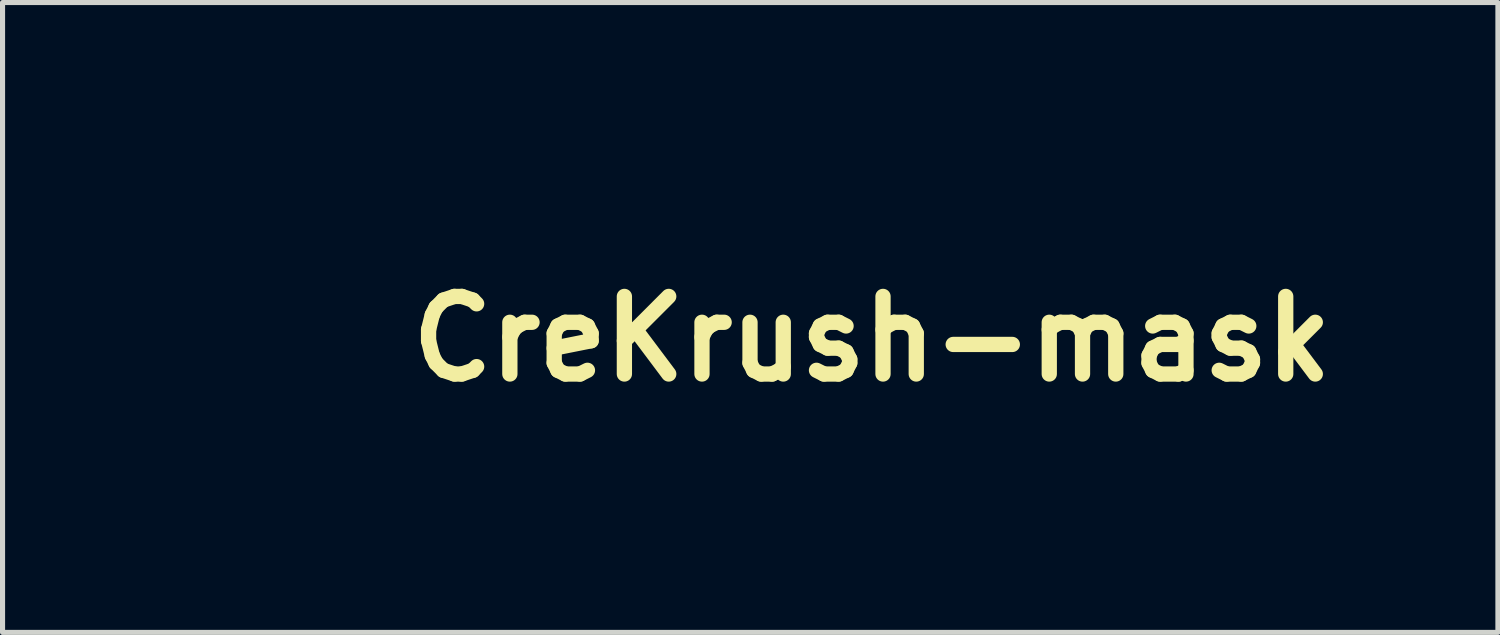
<source format=kicad_pcb>
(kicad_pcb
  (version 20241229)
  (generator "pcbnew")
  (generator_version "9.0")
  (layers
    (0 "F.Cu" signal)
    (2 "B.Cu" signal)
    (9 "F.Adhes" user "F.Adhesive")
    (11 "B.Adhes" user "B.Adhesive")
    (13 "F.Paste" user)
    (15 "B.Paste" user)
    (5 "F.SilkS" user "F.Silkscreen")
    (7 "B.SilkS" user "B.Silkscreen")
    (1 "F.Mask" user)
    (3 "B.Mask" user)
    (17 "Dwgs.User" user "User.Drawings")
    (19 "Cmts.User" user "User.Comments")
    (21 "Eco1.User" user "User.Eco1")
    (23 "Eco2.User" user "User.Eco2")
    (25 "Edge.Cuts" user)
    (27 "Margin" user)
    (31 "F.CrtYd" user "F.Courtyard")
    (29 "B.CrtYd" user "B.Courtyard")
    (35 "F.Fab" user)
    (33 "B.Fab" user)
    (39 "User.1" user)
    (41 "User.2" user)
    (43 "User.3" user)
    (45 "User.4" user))
  (footprint "CreKrush-mask"
    (layer "F.Cu")
    (at 14.077 3.607)
    (property "Reference" "CreKrush-mask" (at 0 0 180) (layer "F.SilkS") (effects (font (size 1.524 1.524) (thickness 0.3))))
    (attr through_hole)
    (fp_poly (pts (xy -13.564 2.718) (xy -14.072 2.718) (xy -14.072 1.499) (xy -13.564 1.499) (xy -13.564 2.718)) (stroke (width 0.01) (type solid)) (fill yes) (layer "F.Mask"))
    (fp_poly (pts (xy -4.928 -2.362) (xy -5.436 -2.362) (xy -5.436 -3.581) (xy -4.928 -3.581) (xy -4.928 -2.362)) (stroke (width 0.01) (type solid)) (fill yes) (layer "F.Mask"))
    (fp_poly (pts (xy 3.81 0.686) (xy -13.919 0.686) (xy -13.919 0.483) (xy 3.81 0.483) (xy 3.81 0.686)) (stroke (width 0.01) (type solid)) (fill yes) (layer "F.Mask"))
    (fp_poly (pts (xy -3.105 -3.576) (xy -2.832 -3.569) (xy -2.527 -2.985) (xy -2.513 -3.581) (xy -2.083 -3.581) (xy -2.083 -2.36) (xy -2.625 -2.375) (xy -2.934 -2.959) (xy -2.941 -2.661) (xy -2.948 -2.362) (xy -3.378 -2.362) (xy -3.378 -3.583) (xy -3.105 -3.576)) (stroke (width 0.01) (type solid)) (fill yes) (layer "F.Mask"))
    (fp_poly (pts (xy -4.912 1.504) (xy -4.642 1.511) (xy -4.499 1.795) (xy -4.444 1.903) (xy -4.396 1.992) (xy -4.362 2.054) (xy -4.344 2.08) (xy -4.343 2.081) (xy -4.339 2.058) (xy -4.337 1.994) (xy -4.337 1.9) (xy -4.339 1.791) (xy -4.348 1.499) (xy -3.886 1.499) (xy -3.886 2.718) (xy -4.432 2.717) (xy -4.748 2.121) (xy -4.75 2.718) (xy -5.182 2.718) (xy -5.182 1.497) (xy -4.912 1.504)) (stroke (width 0.01) (type solid)) (fill yes) (layer "F.Mask"))
    (fp_poly (pts (xy 2.29 -1.65) (xy 2.453 -1.648) (xy 2.591 -1.645) (xy 2.698 -1.641) (xy 2.768 -1.636) (xy 2.794 -1.63) (xy 2.794 -1.63) (xy 2.785 -1.597) (xy 2.762 -1.532) (xy 2.733 -1.458) (xy 2.672 -1.308) (xy 2.53 -1.3) (xy 2.388 -1.293) (xy 2.388 -0.406) (xy 1.854 -0.406) (xy 1.854 -1.293) (xy 1.71 -1.3) (xy 1.566 -1.308) (xy 1.426 -1.651) (xy 2.11 -1.651) (xy 2.29 -1.65)) (stroke (width 0.01) (type solid)) (fill yes) (layer "F.Mask"))
    (fp_poly (pts (xy -10.848 1.631) (xy -10.879 1.707) (xy -10.903 1.764) (xy -10.912 1.783) (xy -10.941 1.791) (xy -11.01 1.798) (xy -11.109 1.802) (xy -11.216 1.803) (xy -11.506 1.803) (xy -11.506 1.956) (xy -10.947 1.956) (xy -10.947 2.235) (xy -11.506 2.235) (xy -11.506 2.411) (xy -11.212 2.419) (xy -10.917 2.426) (xy -10.858 2.572) (xy -10.799 2.718) (xy -11.938 2.718) (xy -11.938 1.499) (xy -10.796 1.499) (xy -10.848 1.631)) (stroke (width 0.01) (type solid)) (fill yes) (layer "F.Mask"))
    (fp_poly (pts (xy -6.529 1.657) (xy -6.49 1.746) (xy -6.458 1.822) (xy -6.44 1.866) (xy -6.428 1.881) (xy -6.408 1.861) (xy -6.379 1.802) (xy -6.342 1.714) (xy -6.261 1.511) (xy -6.013 1.504) (xy -5.908 1.502) (xy -5.825 1.504) (xy -5.775 1.508) (xy -5.766 1.512) (xy -5.777 1.538) (xy -5.809 1.601) (xy -5.857 1.695) (xy -5.918 1.81) (xy -5.982 1.929) (xy -6.198 2.331) (xy -6.198 2.718) (xy -6.706 2.718) (xy -6.706 2.31) (xy -7.157 1.499) (xy -6.601 1.499) (xy -6.529 1.657)) (stroke (width 0.01) (type solid)) (fill yes) (layer "F.Mask"))
    (fp_poly (pts (xy -1.219 -1.203) (xy -1.22 -1.037) (xy -1.222 -0.912) (xy -1.227 -0.821) (xy -1.235 -0.755) (xy -1.247 -0.704) (xy -1.264 -0.66) (xy -1.27 -0.648) (xy -1.325 -0.56) (xy -1.399 -0.496) (xy -1.499 -0.452) (xy -1.632 -0.425) (xy -1.808 -0.411) (xy -1.809 -0.411) (xy -2.083 -0.4) (xy -2.083 -0.73) (xy -1.954 -0.743) (xy -1.88 -0.752) (xy -1.825 -0.767) (xy -1.786 -0.796) (xy -1.761 -0.846) (xy -1.746 -0.924) (xy -1.738 -1.036) (xy -1.734 -1.191) (xy -1.734 -1.239) (xy -1.727 -1.638) (xy -1.219 -1.653) (xy -1.219 -1.203)) (stroke (width 0.01) (type solid)) (fill yes) (layer "F.Mask"))
    (fp_poly (pts (xy -6.911 -3.449) (xy -6.942 -3.373) (xy -6.966 -3.316) (xy -6.975 -3.297) (xy -7.004 -3.289) (xy -7.073 -3.282) (xy -7.172 -3.278) (xy -7.279 -3.277) (xy -7.569 -3.277) (xy -7.569 -3.124) (xy -7.01 -3.124) (xy -7.01 -2.847) (xy -7.283 -2.839) (xy -7.556 -2.832) (xy -7.564 -2.75) (xy -7.572 -2.667) (xy -7.28 -2.667) (xy -7.164 -2.665) (xy -7.067 -2.661) (xy -7.001 -2.654) (xy -6.975 -2.647) (xy -6.96 -2.613) (xy -6.933 -2.549) (xy -6.911 -2.494) (xy -6.859 -2.362) (xy -8.001 -2.362) (xy -8.001 -3.581) (xy -6.859 -3.581) (xy -6.911 -3.449)) (stroke (width 0.01) (type solid)) (fill yes) (layer "F.Mask"))
    (fp_poly (pts (xy -9.053 -1.646) (xy -8.784 -1.638) (xy -8.64 -1.354) (xy -8.584 -1.246) (xy -8.535 -1.157) (xy -8.498 -1.095) (xy -8.478 -1.069) (xy -8.477 -1.068) (xy -8.47 -1.091) (xy -8.464 -1.155) (xy -8.46 -1.25) (xy -8.458 -1.359) (xy -8.458 -1.651) (xy -8.026 -1.651) (xy -8.026 -0.406) (xy -8.29 -0.406) (xy -8.431 -0.409) (xy -8.525 -0.418) (xy -8.573 -0.433) (xy -8.579 -0.438) (xy -8.6 -0.472) (xy -8.639 -0.542) (xy -8.689 -0.635) (xy -8.741 -0.734) (xy -8.877 -0.998) (xy -8.884 -0.702) (xy -8.892 -0.406) (xy -9.322 -0.406) (xy -9.322 -1.653) (xy -9.053 -1.646)) (stroke (width 0.01) (type solid)) (fill yes) (layer "F.Mask"))
    (fp_poly (pts (xy 3.866 -3.397) (xy 3.768 -3.217) (xy 3.691 -3.074) (xy 3.632 -2.964) (xy 3.59 -2.88) (xy 3.561 -2.815) (xy 3.544 -2.762) (xy 3.534 -2.717) (xy 3.531 -2.671) (xy 3.53 -2.619) (xy 3.531 -2.569) (xy 3.531 -2.362) (xy 3.023 -2.362) (xy 3.023 -2.742) (xy 2.795 -3.155) (xy 2.567 -3.569) (xy 2.836 -3.576) (xy 2.948 -3.578) (xy 3.039 -3.578) (xy 3.099 -3.575) (xy 3.116 -3.572) (xy 3.131 -3.546) (xy 3.16 -3.484) (xy 3.198 -3.399) (xy 3.21 -3.37) (xy 3.294 -3.179) (xy 3.376 -3.38) (xy 3.458 -3.581) (xy 3.966 -3.581) (xy 3.866 -3.397)) (stroke (width 0.01) (type solid)) (fill yes) (layer "F.Mask"))
    (fp_poly (pts (xy -0.33 -1.65) (xy -0.185 -1.648) (xy -0.065 -1.644) (xy 0.023 -1.64) (xy 0.07 -1.635) (xy 0.076 -1.632) (xy 0.068 -1.599) (xy 0.046 -1.536) (xy 0.028 -1.486) (xy -0.02 -1.359) (xy -0.329 -1.352) (xy -0.638 -1.345) (xy -0.63 -1.266) (xy -0.622 -1.187) (xy -0.076 -1.197) (xy -0.076 -0.889) (xy -0.635 -0.889) (xy -0.635 -0.711) (xy -0.032 -0.711) (xy 0.022 -0.581) (xy 0.052 -0.505) (xy 0.072 -0.448) (xy 0.076 -0.428) (xy 0.052 -0.422) (xy -0.016 -0.417) (xy -0.12 -0.412) (xy -0.254 -0.409) (xy -0.41 -0.407) (xy -0.502 -0.406) (xy -1.079 -0.406) (xy -1.072 -1.029) (xy -1.065 -1.651) (xy -0.494 -1.651) (xy -0.33 -1.65)) (stroke (width 0.01) (type solid)) (fill yes) (layer "F.Mask"))
    (fp_poly (pts (xy -13.531 -3.579) (xy -13.388 -3.574) (xy -13.266 -3.566) (xy -13.176 -3.557) (xy -13.152 -3.553) (xy -13.011 -3.5) (xy -12.904 -3.412) (xy -12.835 -3.293) (xy -12.805 -3.147) (xy -12.812 -3.013) (xy -12.852 -2.875) (xy -12.926 -2.768) (xy -13.037 -2.69) (xy -13.188 -2.641) (xy -13.348 -2.619) (xy -13.551 -2.603) (xy -13.566 -2.362) (xy -14.072 -2.362) (xy -14.072 -3.251) (xy -13.564 -3.251) (xy -13.564 -2.946) (xy -13.467 -2.946) (xy -13.396 -2.954) (xy -13.345 -2.973) (xy -13.34 -2.977) (xy -13.315 -3.031) (xy -13.312 -3.107) (xy -13.329 -3.179) (xy -13.35 -3.211) (xy -13.402 -3.239) (xy -13.473 -3.251) (xy -13.477 -3.251) (xy -13.564 -3.251) (xy -14.072 -3.251) (xy -14.072 -3.581) (xy -13.679 -3.581) (xy -13.531 -3.579)) (stroke (width 0.01) (type solid)) (fill yes) (layer "F.Mask"))
    (fp_poly (pts (xy -1.22 -3.581) (xy -1.074 -3.58) (xy -0.954 -3.578) (xy -0.867 -3.575) (xy -0.819 -3.573) (xy -0.813 -3.571) (xy -0.821 -3.544) (xy -0.843 -3.483) (xy -0.867 -3.419) (xy -0.921 -3.278) (xy -1.216 -3.271) (xy -1.511 -3.264) (xy -1.511 -3.2) (xy -1.51 -3.172) (xy -1.499 -3.154) (xy -1.471 -3.142) (xy -1.415 -3.136) (xy -1.324 -3.132) (xy -1.238 -3.13) (xy -0.965 -3.122) (xy -0.965 -2.847) (xy -1.238 -2.839) (xy -1.511 -2.832) (xy -1.511 -2.68) (xy -1.216 -2.673) (xy -0.921 -2.665) (xy -0.867 -2.524) (xy -0.838 -2.447) (xy -0.818 -2.392) (xy -0.813 -2.373) (xy -0.837 -2.37) (xy -0.905 -2.367) (xy -1.009 -2.365) (xy -1.143 -2.363) (xy -1.298 -2.362) (xy -1.384 -2.362) (xy -1.956 -2.362) (xy -1.956 -3.581) (xy -1.384 -3.581) (xy -1.22 -3.581)) (stroke (width 0.01) (type solid)) (fill yes) (layer "F.Mask"))
    (fp_poly (pts (xy 1.127 -1.308) (xy 0.932 -1.295) (xy 0.81 -1.282) (xy 0.728 -1.258) (xy 0.679 -1.215) (xy 0.652 -1.146) (xy 0.641 -1.069) (xy 0.639 -0.945) (xy 0.664 -0.854) (xy 0.72 -0.792) (xy 0.813 -0.755) (xy 0.947 -0.739) (xy 1.032 -0.737) (xy 1.219 -0.737) (xy 1.219 -0.406) (xy 0.895 -0.408) (xy 0.713 -0.412) (xy 0.574 -0.423) (xy 0.48 -0.441) (xy 0.471 -0.444) (xy 0.34 -0.506) (xy 0.243 -0.592) (xy 0.178 -0.688) (xy 0.145 -0.754) (xy 0.126 -0.819) (xy 0.117 -0.902) (xy 0.114 -1.016) (xy 0.117 -1.138) (xy 0.129 -1.227) (xy 0.151 -1.303) (xy 0.175 -1.354) (xy 0.235 -1.453) (xy 0.312 -1.528) (xy 0.411 -1.583) (xy 0.539 -1.62) (xy 0.703 -1.642) (xy 0.909 -1.65) (xy 0.957 -1.65) (xy 1.267 -1.651) (xy 1.127 -1.308)) (stroke (width 0.01) (type solid)) (fill yes) (layer "F.Mask"))
    (fp_poly (pts (xy -12.798 1.505) (xy -12.593 1.525) (xy -12.43 1.562) (xy -12.304 1.618) (xy -12.213 1.695) (xy -12.152 1.796) (xy -12.117 1.924) (xy -12.104 2.081) (xy -12.104 2.108) (xy -12.117 2.288) (xy -12.159 2.43) (xy -12.234 2.54) (xy -12.347 2.625) (xy -12.473 2.68) (xy -12.536 2.696) (xy -12.626 2.707) (xy -12.749 2.714) (xy -12.913 2.717) (xy -13.008 2.718) (xy -13.437 2.718) (xy -13.437 2.388) (xy -12.903 2.388) (xy -12.808 2.387) (xy -12.736 2.382) (xy -12.684 2.368) (xy -12.679 2.366) (xy -12.644 2.317) (xy -12.621 2.235) (xy -12.612 2.135) (xy -12.616 2.032) (xy -12.635 1.942) (xy -12.659 1.892) (xy -12.702 1.863) (xy -12.772 1.841) (xy -12.796 1.836) (xy -12.903 1.822) (xy -12.903 2.388) (xy -13.437 2.388) (xy -13.437 1.499) (xy -13.048 1.499) (xy -12.798 1.505)) (stroke (width 0.01) (type solid)) (fill yes) (layer "F.Mask"))
    (fp_poly (pts (xy -11.574 -3.422) (xy -11.639 -3.257) (xy -11.831 -3.245) (xy -11.956 -3.231) (xy -12.039 -3.204) (xy -12.087 -3.154) (xy -12.11 -3.073) (xy -12.116 -2.958) (xy -12.113 -2.867) (xy -12.103 -2.81) (xy -12.079 -2.772) (xy -12.049 -2.745) (xy -12.006 -2.718) (xy -11.952 -2.702) (xy -11.873 -2.694) (xy -11.769 -2.692) (xy -11.557 -2.692) (xy -11.557 -2.362) (xy -11.881 -2.363) (xy -12.065 -2.368) (xy -12.206 -2.379) (xy -12.299 -2.398) (xy -12.306 -2.4) (xy -12.411 -2.458) (xy -12.51 -2.548) (xy -12.587 -2.653) (xy -12.622 -2.734) (xy -12.642 -2.849) (xy -12.648 -2.983) (xy -12.64 -3.112) (xy -12.62 -3.203) (xy -12.548 -3.345) (xy -12.44 -3.46) (xy -12.362 -3.511) (xy -12.313 -3.533) (xy -12.259 -3.549) (xy -12.19 -3.561) (xy -12.096 -3.568) (xy -11.967 -3.574) (xy -11.882 -3.577) (xy -11.509 -3.587) (xy -11.574 -3.422)) (stroke (width 0.01) (type solid)) (fill yes) (layer "F.Mask"))
    (fp_poly (pts (xy -9.422 2.115) (xy -9.203 2.718) (xy -9.667 2.718) (xy -9.731 2.54) (xy -10.131 2.54) (xy -10.16 2.629) (xy -10.189 2.718) (xy -10.416 2.718) (xy -10.516 2.716) (xy -10.594 2.711) (xy -10.637 2.703) (xy -10.643 2.699) (xy -10.634 2.67) (xy -10.611 2.601) (xy -10.575 2.498) (xy -10.528 2.367) (xy -10.485 2.245) (xy -10.026 2.245) (xy -9.997 2.258) (xy -9.934 2.261) (xy -9.865 2.254) (xy -9.831 2.237) (xy -9.83 2.231) (xy -9.837 2.187) (xy -9.856 2.12) (xy -9.88 2.045) (xy -9.904 1.979) (xy -9.924 1.937) (xy -9.931 1.93) (xy -9.946 1.953) (xy -9.967 2.009) (xy -9.98 2.051) (xy -10.002 2.132) (xy -10.021 2.197) (xy -10.026 2.216) (xy -10.026 2.245) (xy -10.485 2.245) (xy -10.474 2.215) (xy -10.431 2.095) (xy -10.219 1.511) (xy -9.64 1.511) (xy -9.422 2.115)) (stroke (width 0.01) (type solid)) (fill yes) (layer "F.Mask"))
    (fp_poly (pts (xy -6.128 -1.647) (xy -5.958 -1.643) (xy -5.83 -1.639) (xy -5.735 -1.633) (xy -5.665 -1.625) (xy -5.612 -1.612) (xy -5.567 -1.596) (xy -5.536 -1.581) (xy -5.426 -1.508) (xy -5.354 -1.412) (xy -5.318 -1.288) (xy -5.312 -1.135) (xy -5.323 -1.021) (xy -5.342 -0.941) (xy -5.377 -0.875) (xy -5.383 -0.867) (xy -5.479 -0.775) (xy -5.617 -0.71) (xy -5.794 -0.673) (xy -5.874 -0.666) (xy -6.071 -0.654) (xy -6.071 -0.406) (xy -6.604 -0.406) (xy -6.604 -0.991) (xy -6.073 -0.991) (xy -5.985 -0.991) (xy -5.913 -1.002) (xy -5.859 -1.029) (xy -5.857 -1.031) (xy -5.827 -1.086) (xy -5.818 -1.16) (xy -5.828 -1.23) (xy -5.85 -1.266) (xy -5.897 -1.287) (xy -5.967 -1.301) (xy -5.971 -1.301) (xy -6.058 -1.308) (xy -6.065 -1.149) (xy -6.073 -0.991) (xy -6.604 -0.991) (xy -6.604 -1.656) (xy -6.128 -1.647)) (stroke (width 0.01) (type solid)) (fill yes) (layer "F.Mask"))
    (fp_poly (pts (xy -4.461 -1.649) (xy -4.288 -1.641) (xy -4.153 -1.628) (xy -4.051 -1.607) (xy -3.974 -1.578) (xy -3.916 -1.54) (xy -3.894 -1.518) (xy -3.843 -1.445) (xy -3.815 -1.357) (xy -3.806 -1.238) (xy -3.806 -1.219) (xy -3.824 -1.082) (xy -3.875 -0.978) (xy -3.947 -0.916) (xy -4.012 -0.881) (xy -3.889 -0.643) (xy -3.766 -0.405) (xy -4.019 -0.412) (xy -4.272 -0.419) (xy -4.435 -0.826) (xy -4.567 -0.833) (xy -4.699 -0.841) (xy -4.699 -0.406) (xy -5.156 -0.406) (xy -5.156 -1.346) (xy -4.699 -1.346) (xy -4.699 -1.092) (xy -4.527 -1.092) (xy -4.394 -1.1) (xy -4.309 -1.125) (xy -4.298 -1.132) (xy -4.256 -1.178) (xy -4.242 -1.219) (xy -4.265 -1.28) (xy -4.334 -1.322) (xy -4.448 -1.343) (xy -4.527 -1.346) (xy -4.699 -1.346) (xy -5.156 -1.346) (xy -5.156 -1.651) (xy -4.678 -1.651) (xy -4.461 -1.649)) (stroke (width 0.01) (type solid)) (fill yes) (layer "F.Mask"))
    (fp_poly (pts (xy -3.247 1.914) (xy -3.242 2.086) (xy -3.235 2.213) (xy -3.224 2.303) (xy -3.206 2.361) (xy -3.18 2.395) (xy -3.143 2.41) (xy -3.101 2.413) (xy -3.056 2.41) (xy -3.023 2.397) (xy -3 2.368) (xy -2.985 2.314) (xy -2.977 2.231) (xy -2.973 2.111) (xy -2.972 1.948) (xy -2.972 1.925) (xy -2.972 1.499) (xy -2.434 1.499) (xy -2.443 1.949) (xy -2.448 2.143) (xy -2.457 2.293) (xy -2.472 2.407) (xy -2.496 2.492) (xy -2.531 2.556) (xy -2.58 2.605) (xy -2.646 2.648) (xy -2.694 2.672) (xy -2.832 2.722) (xy -2.999 2.752) (xy -3.175 2.759) (xy -3.33 2.744) (xy -3.487 2.699) (xy -3.607 2.628) (xy -3.641 2.595) (xy -3.682 2.541) (xy -3.712 2.476) (xy -3.733 2.393) (xy -3.747 2.282) (xy -3.755 2.138) (xy -3.758 1.951) (xy -3.758 1.924) (xy -3.759 1.499) (xy -3.256 1.499) (xy -3.247 1.914)) (stroke (width 0.01) (type solid)) (fill yes) (layer "F.Mask"))
    (fp_poly (pts (xy -12.117 -1.645) (xy -11.824 -1.638) (xy -11.706 -1.308) (xy -11.65 -1.152) (xy -11.588 -0.981) (xy -11.528 -0.815) (xy -11.484 -0.692) (xy -11.381 -0.406) (xy -11.858 -0.406) (xy -11.887 -0.495) (xy -11.917 -0.584) (xy -12.322 -0.584) (xy -12.359 -0.495) (xy -12.396 -0.406) (xy -12.627 -0.406) (xy -12.741 -0.408) (xy -12.811 -0.414) (xy -12.844 -0.426) (xy -12.847 -0.438) (xy -12.835 -0.47) (xy -12.809 -0.543) (xy -12.771 -0.649) (xy -12.723 -0.783) (xy -12.685 -0.889) (xy -12.238 -0.889) (xy -12.126 -0.889) (xy -12.059 -0.893) (xy -12.019 -0.904) (xy -12.014 -0.91) (xy -12.022 -0.949) (xy -12.043 -1.016) (xy -12.069 -1.092) (xy -12.094 -1.159) (xy -12.112 -1.198) (xy -12.114 -1.2) (xy -12.129 -1.188) (xy -12.154 -1.137) (xy -12.183 -1.06) (xy -12.185 -1.054) (xy -12.238 -0.889) (xy -12.685 -0.889) (xy -12.667 -0.937) (xy -12.622 -1.061) (xy -12.409 -1.653) (xy -12.117 -1.645)) (stroke (width 0.01) (type solid)) (fill yes) (layer "F.Mask"))
    (fp_poly (pts (xy -8.964 -3.58) (xy -8.825 -3.575) (xy -8.706 -3.567) (xy -8.62 -3.558) (xy -8.608 -3.556) (xy -8.444 -3.504) (xy -8.317 -3.415) (xy -8.225 -3.292) (xy -8.171 -3.134) (xy -8.158 -3.028) (xy -8.163 -2.841) (xy -8.206 -2.685) (xy -8.288 -2.559) (xy -8.307 -2.539) (xy -8.374 -2.479) (xy -8.446 -2.434) (xy -8.532 -2.402) (xy -8.638 -2.381) (xy -8.774 -2.368) (xy -8.948 -2.363) (xy -9.066 -2.362) (xy -9.487 -2.362) (xy -9.48 -2.972) (xy -8.966 -2.972) (xy -8.966 -2.692) (xy -8.866 -2.692) (xy -8.791 -2.702) (xy -8.735 -2.725) (xy -8.728 -2.731) (xy -8.694 -2.794) (xy -8.674 -2.888) (xy -8.671 -2.995) (xy -8.686 -3.095) (xy -8.727 -3.184) (xy -8.795 -3.235) (xy -8.898 -3.251) (xy -8.904 -3.251) (xy -8.931 -3.25) (xy -8.949 -3.239) (xy -8.959 -3.211) (xy -8.964 -3.156) (xy -8.966 -3.066) (xy -8.966 -2.972) (xy -9.48 -2.972) (xy -9.472 -3.581) (xy -9.108 -3.581) (xy -8.964 -3.58)) (stroke (width 0.01) (type solid)) (fill yes) (layer "F.Mask"))
    (fp_poly (pts (xy -0.21 -3.577) (xy -0.042 -3.573) (xy 0.085 -3.568) (xy 0.178 -3.56) (xy 0.247 -3.55) (xy 0.302 -3.536) (xy 0.35 -3.517) (xy 0.356 -3.514) (xy 0.492 -3.428) (xy 0.588 -3.314) (xy 0.646 -3.168) (xy 0.667 -2.989) (xy 0.667 -2.972) (xy 0.649 -2.79) (xy 0.594 -2.642) (xy 0.5 -2.522) (xy 0.368 -2.43) (xy 0.327 -2.41) (xy 0.282 -2.395) (xy 0.225 -2.385) (xy 0.147 -2.377) (xy 0.04 -2.372) (xy -0.105 -2.368) (xy -0.197 -2.367) (xy -0.66 -2.358) (xy -0.66 -3.251) (xy -0.152 -3.251) (xy -0.152 -2.692) (xy -0.056 -2.692) (xy 0.022 -2.702) (xy 0.084 -2.724) (xy 0.089 -2.728) (xy 0.117 -2.761) (xy 0.135 -2.817) (xy 0.146 -2.908) (xy 0.148 -2.942) (xy 0.152 -3.038) (xy 0.147 -3.1) (xy 0.131 -3.141) (xy 0.1 -3.179) (xy 0.093 -3.186) (xy 0.01 -3.24) (xy -0.062 -3.251) (xy -0.152 -3.251) (xy -0.66 -3.251) (xy -0.66 -3.586) (xy -0.21 -3.577)) (stroke (width 0.01) (type solid)) (fill yes) (layer "F.Mask"))
    (fp_poly (pts (xy -0.159 1.503) (xy 0.028 1.507) (xy 0.17 1.512) (xy 0.276 1.518) (xy 0.352 1.526) (xy 0.404 1.537) (xy 0.441 1.552) (xy 0.445 1.553) (xy 0.536 1.615) (xy 0.592 1.686) (xy 0.621 1.782) (xy 0.63 1.864) (xy 0.625 2.015) (xy 0.587 2.128) (xy 0.518 2.203) (xy 0.501 2.212) (xy 0.455 2.237) (xy 0.437 2.249) (xy 0.444 2.272) (xy 0.472 2.33) (xy 0.514 2.413) (xy 0.545 2.47) (xy 0.594 2.564) (xy 0.634 2.641) (xy 0.657 2.69) (xy 0.66 2.702) (xy 0.637 2.709) (xy 0.573 2.713) (xy 0.481 2.714) (xy 0.416 2.712) (xy 0.171 2.705) (xy 0.018 2.311) (xy -0.254 2.311) (xy -0.254 2.718) (xy -0.686 2.718) (xy -0.686 1.803) (xy -0.254 1.803) (xy -0.254 2.032) (xy -0.056 2.032) (xy 0.056 2.028) (xy 0.136 2.017) (xy 0.173 2.002) (xy 0.201 1.944) (xy 0.195 1.88) (xy 0.158 1.832) (xy 0.154 1.83) (xy 0.105 1.816) (xy 0.022 1.807) (xy -0.075 1.803) (xy -0.254 1.803) (xy -0.686 1.803) (xy -0.686 1.494) (xy -0.159 1.503)) (stroke (width 0.01) (type solid)) (fill yes) (layer "F.Mask"))
    (fp_poly (pts (xy -3.717 -3.602) (xy -3.51 -3.594) (xy -3.622 -3.315) (xy -3.896 -3.299) (xy -4.049 -3.287) (xy -4.159 -3.266) (xy -4.237 -3.233) (xy -4.29 -3.184) (xy -4.327 -3.114) (xy -4.339 -3.08) (xy -4.358 -2.953) (xy -4.336 -2.842) (xy -4.278 -2.752) (xy -4.189 -2.693) (xy -4.074 -2.672) (xy -4.051 -2.673) (xy -3.985 -2.681) (xy -3.955 -2.702) (xy -3.943 -2.749) (xy -3.942 -2.761) (xy -3.941 -2.816) (xy -3.964 -2.84) (xy -4.018 -2.849) (xy -4.071 -2.859) (xy -4.097 -2.882) (xy -4.108 -2.936) (xy -4.11 -2.965) (xy -4.118 -3.073) (xy -3.505 -3.073) (xy -3.505 -2.362) (xy -3.905 -2.363) (xy -4.073 -2.365) (xy -4.2 -2.369) (xy -4.297 -2.378) (xy -4.373 -2.391) (xy -4.439 -2.41) (xy -4.44 -2.41) (xy -4.528 -2.448) (xy -4.605 -2.491) (xy -4.636 -2.515) (xy -4.709 -2.615) (xy -4.76 -2.748) (xy -4.786 -2.899) (xy -4.785 -3.055) (xy -4.757 -3.203) (xy -4.722 -3.292) (xy -4.653 -3.398) (xy -4.565 -3.476) (xy -4.45 -3.531) (xy -4.299 -3.568) (xy -4.176 -3.584) (xy -4.036 -3.595) (xy -3.886 -3.601) (xy -3.752 -3.602) (xy -3.717 -3.602)) (stroke (width 0.01) (type solid)) (fill yes) (layer "F.Mask"))
    (fp_poly (pts (xy 1.733 1.505) (xy 1.9 1.543) (xy 2.032 1.61) (xy 2.133 1.707) (xy 2.175 1.769) (xy 2.225 1.892) (xy 2.254 2.042) (xy 2.258 2.198) (xy 2.237 2.342) (xy 2.236 2.348) (xy 2.177 2.477) (xy 2.085 2.594) (xy 1.973 2.681) (xy 1.925 2.705) (xy 1.819 2.734) (xy 1.683 2.753) (xy 1.535 2.76) (xy 1.393 2.755) (xy 1.277 2.738) (xy 1.265 2.735) (xy 1.102 2.668) (xy 0.978 2.57) (xy 0.893 2.439) (xy 0.846 2.275) (xy 0.835 2.127) (xy 0.837 2.106) (xy 1.352 2.106) (xy 1.359 2.218) (xy 1.388 2.317) (xy 1.433 2.395) (xy 1.49 2.446) (xy 1.555 2.462) (xy 1.623 2.437) (xy 1.65 2.414) (xy 1.694 2.354) (xy 1.719 2.277) (xy 1.726 2.171) (xy 1.723 2.071) (xy 1.703 1.941) (xy 1.664 1.856) (xy 1.602 1.812) (xy 1.547 1.803) (xy 1.47 1.821) (xy 1.413 1.879) (xy 1.372 1.98) (xy 1.37 1.986) (xy 1.352 2.106) (xy 0.837 2.106) (xy 0.853 1.935) (xy 0.907 1.778) (xy 0.997 1.656) (xy 1.124 1.568) (xy 1.289 1.514) (xy 1.492 1.493) (xy 1.526 1.493) (xy 1.733 1.505)) (stroke (width 0.01) (type solid)) (fill yes) (layer "F.Mask"))
    (fp_poly (pts (xy -2.691 -1.641) (xy -2.538 -1.61) (xy -2.414 -1.555) (xy -2.314 -1.475) (xy -2.238 -1.38) (xy -2.19 -1.267) (xy -2.165 -1.125) (xy -2.16 -0.988) (xy -2.178 -0.801) (xy -2.234 -0.648) (xy -2.327 -0.527) (xy -2.46 -0.436) (xy -2.502 -0.417) (xy -2.599 -0.39) (xy -2.729 -0.372) (xy -2.872 -0.364) (xy -3.01 -0.367) (xy -3.126 -0.382) (xy -3.151 -0.389) (xy -3.321 -0.456) (xy -3.45 -0.551) (xy -3.539 -0.675) (xy -3.59 -0.832) (xy -3.603 -1.022) (xy -3.602 -1.066) (xy -3.067 -1.066) (xy -3.066 -0.925) (xy -3.04 -0.806) (xy -2.99 -0.721) (xy -2.964 -0.699) (xy -2.904 -0.666) (xy -2.852 -0.67) (xy -2.79 -0.711) (xy -2.777 -0.721) (xy -2.74 -0.758) (xy -2.717 -0.8) (xy -2.705 -0.861) (xy -2.698 -0.957) (xy -2.697 -0.971) (xy -2.7 -1.13) (xy -2.729 -1.244) (xy -2.784 -1.314) (xy -2.831 -1.335) (xy -2.922 -1.34) (xy -2.99 -1.302) (xy -3.037 -1.22) (xy -3.064 -1.092) (xy -3.067 -1.066) (xy -3.602 -1.066) (xy -3.601 -1.079) (xy -3.582 -1.227) (xy -3.543 -1.341) (xy -3.476 -1.441) (xy -3.427 -1.493) (xy -3.329 -1.567) (xy -3.207 -1.616) (xy -3.054 -1.644) (xy -2.883 -1.651) (xy -2.691 -1.641)) (stroke (width 0.01) (type solid)) (fill yes) (layer "F.Mask"))
    (fp_poly (pts (xy -13.002 -1.48) (xy -13.072 -1.308) (xy -13.614 -1.294) (xy -13.614 -1.219) (xy -13.611 -1.179) (xy -13.596 -1.152) (xy -13.56 -1.134) (xy -13.496 -1.123) (xy -13.396 -1.116) (xy -13.291 -1.112) (xy -13.184 -1.107) (xy -13.114 -1.097) (xy -13.066 -1.079) (xy -13.028 -1.05) (xy -13.014 -1.037) (xy -12.957 -0.946) (xy -12.932 -0.833) (xy -12.938 -0.71) (xy -12.973 -0.595) (xy -13.037 -0.5) (xy -13.078 -0.464) (xy -13.112 -0.444) (xy -13.147 -0.428) (xy -13.192 -0.418) (xy -13.255 -0.412) (xy -13.345 -0.408) (xy -13.47 -0.407) (xy -13.618 -0.406) (xy -14.072 -0.406) (xy -14.072 -0.711) (xy -13.759 -0.711) (xy -13.601 -0.714) (xy -13.488 -0.723) (xy -13.414 -0.74) (xy -13.374 -0.767) (xy -13.362 -0.805) (xy -13.364 -0.827) (xy -13.374 -0.851) (xy -13.4 -0.867) (xy -13.451 -0.877) (xy -13.538 -0.886) (xy -13.615 -0.891) (xy -13.727 -0.9) (xy -13.825 -0.914) (xy -13.895 -0.929) (xy -13.914 -0.937) (xy -13.992 -1.005) (xy -14.045 -1.106) (xy -14.07 -1.224) (xy -14.066 -1.345) (xy -14.028 -1.455) (xy -14.022 -1.466) (xy -13.977 -1.528) (xy -13.923 -1.576) (xy -13.853 -1.609) (xy -13.759 -1.632) (xy -13.634 -1.645) (xy -13.471 -1.65) (xy -13.35 -1.651) (xy -12.932 -1.651) (xy -13.002 -1.48)) (stroke (width 0.01) (type solid)) (fill yes) (layer "F.Mask"))
    (fp_poly (pts (xy 3.501 -1.646) (xy 3.542 -1.645) (xy 3.959 -1.638) (xy 3.821 -1.308) (xy 3.277 -1.294) (xy 3.277 -1.219) (xy 3.28 -1.179) (xy 3.295 -1.152) (xy 3.331 -1.134) (xy 3.395 -1.123) (xy 3.495 -1.116) (xy 3.6 -1.112) (xy 3.707 -1.107) (xy 3.777 -1.097) (xy 3.825 -1.079) (xy 3.863 -1.05) (xy 3.877 -1.037) (xy 3.934 -0.946) (xy 3.959 -0.833) (xy 3.953 -0.71) (xy 3.918 -0.595) (xy 3.854 -0.5) (xy 3.813 -0.464) (xy 3.779 -0.444) (xy 3.743 -0.428) (xy 3.698 -0.418) (xy 3.634 -0.411) (xy 3.544 -0.408) (xy 3.418 -0.407) (xy 3.279 -0.406) (xy 2.832 -0.406) (xy 2.832 -0.711) (xy 3.138 -0.711) (xy 3.295 -0.714) (xy 3.407 -0.723) (xy 3.479 -0.741) (xy 3.518 -0.768) (xy 3.529 -0.808) (xy 3.527 -0.827) (xy 3.517 -0.85) (xy 3.491 -0.866) (xy 3.441 -0.877) (xy 3.355 -0.885) (xy 3.273 -0.891) (xy 3.124 -0.904) (xy 3.017 -0.927) (xy 2.941 -0.964) (xy 2.889 -1.019) (xy 2.853 -1.087) (xy 2.827 -1.194) (xy 2.828 -1.316) (xy 2.852 -1.428) (xy 2.879 -1.484) (xy 2.929 -1.537) (xy 3.001 -1.588) (xy 3.023 -1.6) (xy 3.066 -1.62) (xy 3.111 -1.633) (xy 3.167 -1.642) (xy 3.245 -1.647) (xy 3.353 -1.648) (xy 3.501 -1.646)) (stroke (width 0.01) (type solid)) (fill yes) (layer "F.Mask"))
    (fp_poly (pts (xy -5.658 -3.416) (xy -5.724 -3.251) (xy -5.97 -3.251) (xy -6.105 -3.248) (xy -6.196 -3.236) (xy -6.249 -3.214) (xy -6.271 -3.178) (xy -6.269 -3.132) (xy -6.258 -3.109) (xy -6.227 -3.094) (xy -6.168 -3.083) (xy -6.071 -3.075) (xy -6.032 -3.072) (xy -5.871 -3.056) (xy -5.754 -3.026) (xy -5.673 -2.981) (xy -5.623 -2.919) (xy -5.618 -2.909) (xy -5.59 -2.794) (xy -5.596 -2.667) (xy -5.633 -2.545) (xy -5.697 -2.447) (xy -5.718 -2.427) (xy -5.747 -2.404) (xy -5.775 -2.387) (xy -5.812 -2.376) (xy -5.865 -2.368) (xy -5.942 -2.364) (xy -6.052 -2.363) (xy -6.202 -2.362) (xy -6.25 -2.362) (xy -6.706 -2.362) (xy -6.706 -2.667) (xy -6.403 -2.667) (xy -6.281 -2.668) (xy -6.175 -2.672) (xy -6.097 -2.677) (xy -6.06 -2.682) (xy -6.028 -2.717) (xy -6.02 -2.756) (xy -6.027 -2.797) (xy -6.055 -2.823) (xy -6.112 -2.838) (xy -6.206 -2.844) (xy -6.277 -2.845) (xy -6.441 -2.857) (xy -6.562 -2.894) (xy -6.644 -2.96) (xy -6.69 -3.056) (xy -6.702 -3.186) (xy -6.7 -3.23) (xy -6.686 -3.333) (xy -6.658 -3.404) (xy -6.628 -3.444) (xy -6.579 -3.492) (xy -6.53 -3.528) (xy -6.473 -3.552) (xy -6.398 -3.568) (xy -6.297 -3.577) (xy -6.162 -3.581) (xy -6.011 -3.581) (xy -5.593 -3.581) (xy -5.658 -3.416)) (stroke (width 0.01) (type solid)) (fill yes) (layer "F.Mask"))
    (fp_poly (pts (xy 3.259 1.499) (xy 3.377 1.5) (xy 3.467 1.503) (xy 3.52 1.505) (xy 3.531 1.507) (xy 3.522 1.533) (xy 3.499 1.593) (xy 3.47 1.666) (xy 3.408 1.816) (xy 2.883 1.841) (xy 2.883 1.994) (xy 3.111 2.009) (xy 3.251 2.021) (xy 3.35 2.04) (xy 3.419 2.069) (xy 3.47 2.113) (xy 3.491 2.139) (xy 3.518 2.21) (xy 3.529 2.309) (xy 3.525 2.417) (xy 3.505 2.516) (xy 3.492 2.55) (xy 3.461 2.606) (xy 3.424 2.649) (xy 3.373 2.679) (xy 3.301 2.699) (xy 3.2 2.711) (xy 3.064 2.716) (xy 2.886 2.718) (xy 2.873 2.718) (xy 2.438 2.718) (xy 2.438 2.413) (xy 2.753 2.413) (xy 2.89 2.412) (xy 2.986 2.408) (xy 3.047 2.4) (xy 3.084 2.387) (xy 3.101 2.373) (xy 3.12 2.324) (xy 3.107 2.29) (xy 3.083 2.269) (xy 3.035 2.254) (xy 2.954 2.243) (xy 2.834 2.235) (xy 2.719 2.228) (xy 2.643 2.22) (xy 2.593 2.206) (xy 2.556 2.184) (xy 2.522 2.15) (xy 2.514 2.141) (xy 2.447 2.032) (xy 2.417 1.906) (xy 2.426 1.778) (xy 2.475 1.664) (xy 2.489 1.644) (xy 2.535 1.593) (xy 2.589 1.556) (xy 2.657 1.529) (xy 2.748 1.512) (xy 2.87 1.503) (xy 3.031 1.499) (xy 3.122 1.499) (xy 3.259 1.499)) (stroke (width 0.01) (type solid)) (fill yes) (layer "F.Mask"))
    (fp_poly (pts (xy -10.865 -3.577) (xy -10.687 -3.574) (xy -10.552 -3.57) (xy -10.452 -3.564) (xy -10.379 -3.557) (xy -10.326 -3.546) (xy -10.283 -3.532) (xy -10.249 -3.516) (xy -10.161 -3.446) (xy -10.108 -3.355) (xy -10.09 -3.254) (xy -10.107 -3.155) (xy -10.16 -3.07) (xy -10.239 -3.013) (xy -10.261 -2.996) (xy -10.241 -2.982) (xy -10.143 -2.914) (xy -10.084 -2.816) (xy -10.065 -2.723) (xy -10.06 -2.643) (xy -10.07 -2.589) (xy -10.104 -2.542) (xy -10.139 -2.505) (xy -10.215 -2.445) (xy -10.3 -2.399) (xy -10.326 -2.39) (xy -10.385 -2.381) (xy -10.485 -2.373) (xy -10.616 -2.367) (xy -10.769 -2.363) (xy -10.903 -2.362) (xy -11.379 -2.362) (xy -11.379 -2.639) (xy -10.874 -2.639) (xy -10.727 -2.647) (xy -10.644 -2.652) (xy -10.599 -2.663) (xy -10.579 -2.686) (xy -10.572 -2.729) (xy -10.571 -2.735) (xy -10.583 -2.809) (xy -10.634 -2.853) (xy -10.727 -2.867) (xy -10.764 -2.865) (xy -10.823 -2.857) (xy -10.852 -2.836) (xy -10.863 -2.787) (xy -10.866 -2.748) (xy -10.874 -2.639) (xy -11.379 -2.639) (xy -11.379 -3.096) (xy -10.871 -3.096) (xy -10.753 -3.104) (xy -10.656 -3.121) (xy -10.607 -3.156) (xy -10.592 -3.214) (xy -10.622 -3.26) (xy -10.695 -3.289) (xy -10.753 -3.297) (xy -10.871 -3.305) (xy -10.871 -3.096) (xy -11.379 -3.096) (xy -11.379 -3.586) (xy -10.865 -3.577)) (stroke (width 0.01) (type solid)) (fill yes) (layer "F.Mask"))
    (fp_poly (pts (xy -8.096 1.503) (xy -7.911 1.507) (xy -7.768 1.512) (xy -7.661 1.519) (xy -7.581 1.531) (xy -7.521 1.549) (xy -7.473 1.573) (xy -7.428 1.606) (xy -7.398 1.633) (xy -7.355 1.699) (xy -7.337 1.784) (xy -7.342 1.876) (xy -7.367 1.961) (xy -7.409 2.025) (xy -7.467 2.056) (xy -7.48 2.057) (xy -7.516 2.066) (xy -7.509 2.089) (xy -7.464 2.117) (xy -7.442 2.126) (xy -7.374 2.176) (xy -7.321 2.259) (xy -7.292 2.358) (xy -7.29 2.396) (xy -7.313 2.485) (xy -7.374 2.572) (xy -7.461 2.643) (xy -7.519 2.672) (xy -7.57 2.687) (xy -7.632 2.699) (xy -7.714 2.707) (xy -7.824 2.713) (xy -7.97 2.715) (xy -8.122 2.716) (xy -8.611 2.718) (xy -8.611 2.21) (xy -8.103 2.21) (xy -8.103 2.438) (xy -7.981 2.438) (xy -7.902 2.432) (xy -7.843 2.417) (xy -7.828 2.408) (xy -7.8 2.351) (xy -7.806 2.286) (xy -7.843 2.238) (xy -7.847 2.236) (xy -7.904 2.219) (xy -7.982 2.21) (xy -7.999 2.21) (xy -8.103 2.21) (xy -8.611 2.21) (xy -8.611 1.984) (xy -8.103 1.984) (xy -7.985 1.976) (xy -7.888 1.959) (xy -7.839 1.924) (xy -7.823 1.866) (xy -7.854 1.82) (xy -7.926 1.791) (xy -7.985 1.783) (xy -8.103 1.775) (xy -8.103 1.984) (xy -8.611 1.984) (xy -8.611 1.494) (xy -8.096 1.503)) (stroke (width 0.01) (type solid)) (fill yes) (layer "F.Mask"))
    (fp_poly (pts (xy -7.031 -1.65) (xy -6.912 -1.646) (xy -6.822 -1.641) (xy -6.768 -1.635) (xy -6.756 -1.63) (xy -6.765 -1.597) (xy -6.789 -1.532) (xy -6.818 -1.458) (xy -6.879 -1.308) (xy -7.148 -1.301) (xy -7.417 -1.294) (xy -7.417 -1.221) (xy -7.412 -1.175) (xy -7.39 -1.145) (xy -7.344 -1.128) (xy -7.264 -1.12) (xy -7.142 -1.118) (xy -7.142 -1.118) (xy -6.992 -1.108) (xy -6.883 -1.078) (xy -6.808 -1.023) (xy -6.761 -0.94) (xy -6.756 -0.926) (xy -6.738 -0.804) (xy -6.754 -0.669) (xy -6.796 -0.557) (xy -6.826 -0.507) (xy -6.865 -0.469) (xy -6.917 -0.442) (xy -6.992 -0.424) (xy -7.096 -0.413) (xy -7.236 -0.408) (xy -7.419 -0.406) (xy -7.428 -0.406) (xy -7.874 -0.406) (xy -7.874 -0.711) (xy -7.558 -0.711) (xy -7.419 -0.712) (xy -7.321 -0.717) (xy -7.258 -0.725) (xy -7.219 -0.739) (xy -7.203 -0.751) (xy -7.166 -0.806) (xy -7.178 -0.847) (xy -7.238 -0.875) (xy -7.343 -0.888) (xy -7.39 -0.889) (xy -7.561 -0.898) (xy -7.688 -0.928) (xy -7.778 -0.982) (xy -7.835 -1.064) (xy -7.864 -1.177) (xy -7.869 -1.226) (xy -7.871 -1.323) (xy -7.861 -1.39) (xy -7.835 -1.447) (xy -7.819 -1.471) (xy -7.772 -1.532) (xy -7.72 -1.579) (xy -7.657 -1.611) (xy -7.575 -1.632) (xy -7.464 -1.644) (xy -7.317 -1.65) (xy -7.17 -1.651) (xy -7.031 -1.65)) (stroke (width 0.01) (type solid)) (fill yes) (layer "F.Mask"))
    (fp_poly (pts (xy -1.067 1.777) (xy -1.142 1.88) (xy -1.204 1.969) (xy -1.248 2.034) (xy -1.269 2.068) (xy -1.27 2.071) (xy -1.256 2.097) (xy -1.219 2.155) (xy -1.162 2.24) (xy -1.093 2.341) (xy -1.072 2.37) (xy -0.998 2.477) (xy -0.933 2.57) (xy -0.885 2.642) (xy -0.857 2.682) (xy -0.855 2.686) (xy -0.857 2.7) (xy -0.889 2.709) (xy -0.955 2.715) (xy -1.063 2.717) (xy -1.135 2.717) (xy -1.435 2.717) (xy -1.524 2.565) (xy -1.57 2.49) (xy -1.606 2.436) (xy -1.625 2.414) (xy -1.626 2.414) (xy -1.644 2.435) (xy -1.679 2.488) (xy -1.723 2.563) (xy -1.725 2.566) (xy -1.812 2.718) (xy -2.05 2.718) (xy -2.165 2.716) (xy -2.235 2.711) (xy -2.268 2.701) (xy -2.27 2.686) (xy -2.248 2.653) (xy -2.203 2.589) (xy -2.143 2.505) (xy -2.095 2.438) (xy -2.025 2.34) (xy -1.961 2.25) (xy -1.913 2.181) (xy -1.895 2.154) (xy -1.85 2.085) (xy -2.034 1.824) (xy -2.106 1.721) (xy -2.169 1.632) (xy -2.217 1.566) (xy -2.242 1.531) (xy -2.242 1.53) (xy -2.243 1.516) (xy -2.215 1.507) (xy -2.152 1.502) (xy -2.048 1.499) (xy -1.965 1.499) (xy -1.664 1.499) (xy -1.592 1.626) (xy -1.552 1.694) (xy -1.521 1.74) (xy -1.51 1.753) (xy -1.491 1.733) (xy -1.456 1.681) (xy -1.42 1.626) (xy -1.342 1.499) (xy -0.865 1.499) (xy -1.067 1.777)) (stroke (width 0.01) (type solid)) (fill yes) (layer "F.Mask"))
    (fp_poly (pts (xy 1.759 -3.577) (xy 1.939 -3.573) (xy 2.076 -3.569) (xy 2.178 -3.563) (xy 2.253 -3.555) (xy 2.308 -3.544) (xy 2.351 -3.529) (xy 2.372 -3.52) (xy 2.462 -3.451) (xy 2.517 -3.361) (xy 2.536 -3.259) (xy 2.518 -3.159) (xy 2.464 -3.072) (xy 2.381 -3.012) (xy 2.366 -2.995) (xy 2.387 -2.98) (xy 2.43 -2.952) (xy 2.485 -2.904) (xy 2.495 -2.893) (xy 2.542 -2.834) (xy 2.562 -2.767) (xy 2.565 -2.705) (xy 2.559 -2.62) (xy 2.532 -2.559) (xy 2.482 -2.502) (xy 2.431 -2.457) (xy 2.375 -2.423) (xy 2.305 -2.398) (xy 2.216 -2.381) (xy 2.099 -2.37) (xy 1.947 -2.364) (xy 1.753 -2.362) (xy 1.721 -2.362) (xy 1.245 -2.362) (xy 1.245 -2.639) (xy 1.75 -2.639) (xy 1.897 -2.647) (xy 1.98 -2.652) (xy 2.025 -2.663) (xy 2.045 -2.686) (xy 2.052 -2.729) (xy 2.053 -2.735) (xy 2.041 -2.809) (xy 1.989 -2.853) (xy 1.897 -2.867) (xy 1.859 -2.865) (xy 1.8 -2.857) (xy 1.772 -2.836) (xy 1.761 -2.787) (xy 1.757 -2.748) (xy 1.75 -2.639) (xy 1.245 -2.639) (xy 1.245 -3.096) (xy 1.749 -3.096) (xy 1.884 -3.104) (xy 1.963 -3.111) (xy 2.005 -3.124) (xy 2.022 -3.15) (xy 2.027 -3.177) (xy 2.016 -3.248) (xy 1.965 -3.288) (xy 1.874 -3.298) (xy 1.862 -3.297) (xy 1.799 -3.288) (xy 1.77 -3.264) (xy 1.759 -3.21) (xy 1.757 -3.193) (xy 1.749 -3.096) (xy 1.245 -3.096) (xy 1.245 -3.586) (xy 1.759 -3.577)) (stroke (width 0.01) (type solid)) (fill yes) (layer "F.Mask"))
    (fp_poly (pts (xy -10.24 -1.531) (xy -10.224 -1.446) (xy -10.203 -1.333) (xy -10.184 -1.215) (xy -10.182 -1.2) (xy -10.165 -1.105) (xy -10.15 -1.032) (xy -10.138 -0.994) (xy -10.135 -0.991) (xy -10.126 -1.014) (xy -10.11 -1.078) (xy -10.089 -1.174) (xy -10.066 -1.293) (xy -10.06 -1.321) (xy -9.999 -1.651) (xy -9.734 -1.651) (xy -9.61 -1.649) (xy -9.53 -1.644) (xy -9.489 -1.635) (xy -9.48 -1.621) (xy -9.48 -1.619) (xy -9.49 -1.587) (xy -9.511 -1.512) (xy -9.541 -1.403) (xy -9.579 -1.267) (xy -9.622 -1.11) (xy -9.653 -0.997) (xy -9.814 -0.406) (xy -10.359 -0.406) (xy -10.425 -0.686) (xy -10.451 -0.804) (xy -10.472 -0.906) (xy -10.486 -0.982) (xy -10.49 -1.016) (xy -10.501 -1.057) (xy -10.516 -1.067) (xy -10.536 -1.045) (xy -10.541 -1.011) (xy -10.547 -0.965) (xy -10.562 -0.882) (xy -10.585 -0.775) (xy -10.607 -0.681) (xy -10.672 -0.406) (xy -11.214 -0.406) (xy -11.364 -0.984) (xy -11.408 -1.15) (xy -11.447 -1.301) (xy -11.48 -1.43) (xy -11.506 -1.53) (xy -11.522 -1.591) (xy -11.526 -1.607) (xy -11.528 -1.627) (xy -11.514 -1.64) (xy -11.476 -1.647) (xy -11.407 -1.648) (xy -11.297 -1.646) (xy -11.262 -1.646) (xy -10.987 -1.638) (xy -10.942 -1.384) (xy -10.92 -1.266) (xy -10.901 -1.156) (xy -10.886 -1.072) (xy -10.881 -1.041) (xy -10.873 -1.012) (xy -10.864 -1.009) (xy -10.85 -1.038) (xy -10.832 -1.103) (xy -10.805 -1.209) (xy -10.785 -1.295) (xy -10.705 -1.638) (xy -10.486 -1.646) (xy -10.266 -1.653) (xy -10.24 -1.531)) (stroke (width 0.01) (type solid)) (fill yes) (layer "F.Mask")))
  (gr_rect
    (start -3 -3)
    (end 26.373 9.372)
    (stroke (width 0.1) (type default))
    (fill no)
    (layer "Edge.Cuts")))
</source>
